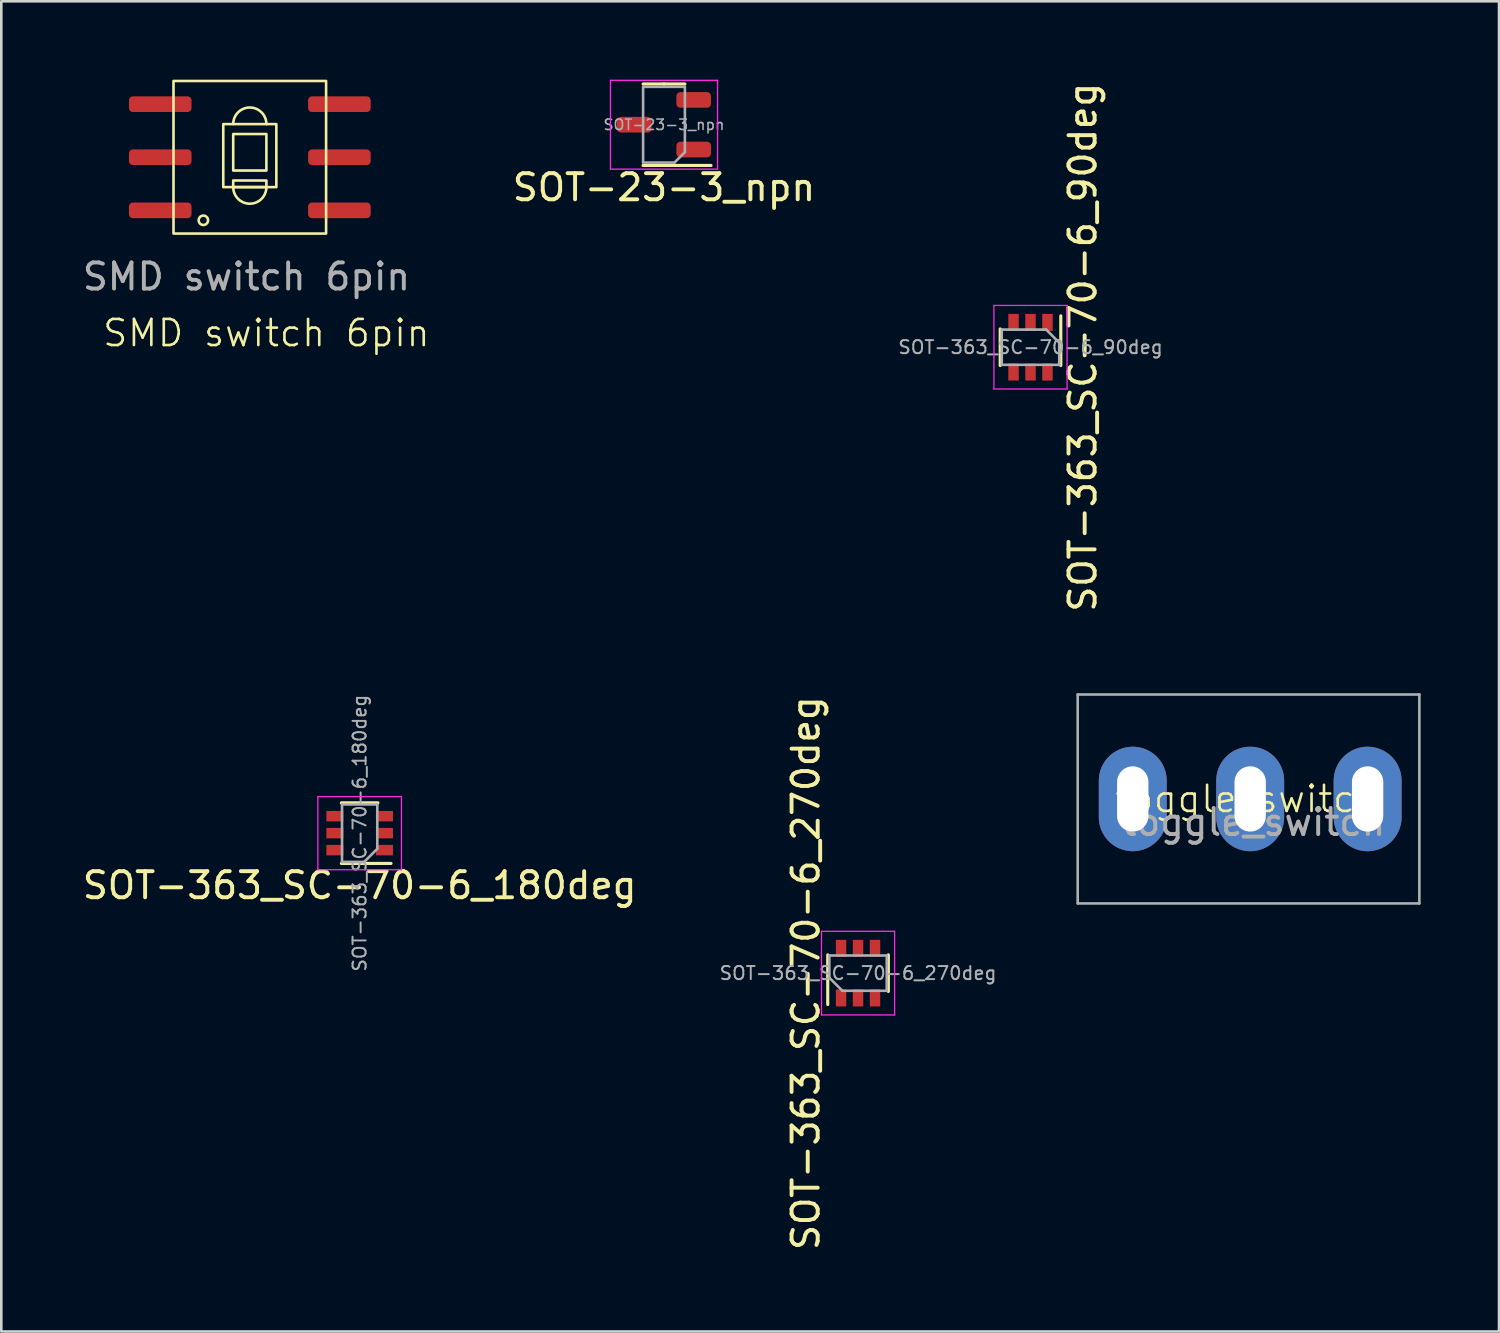
<source format=kicad_pcb>
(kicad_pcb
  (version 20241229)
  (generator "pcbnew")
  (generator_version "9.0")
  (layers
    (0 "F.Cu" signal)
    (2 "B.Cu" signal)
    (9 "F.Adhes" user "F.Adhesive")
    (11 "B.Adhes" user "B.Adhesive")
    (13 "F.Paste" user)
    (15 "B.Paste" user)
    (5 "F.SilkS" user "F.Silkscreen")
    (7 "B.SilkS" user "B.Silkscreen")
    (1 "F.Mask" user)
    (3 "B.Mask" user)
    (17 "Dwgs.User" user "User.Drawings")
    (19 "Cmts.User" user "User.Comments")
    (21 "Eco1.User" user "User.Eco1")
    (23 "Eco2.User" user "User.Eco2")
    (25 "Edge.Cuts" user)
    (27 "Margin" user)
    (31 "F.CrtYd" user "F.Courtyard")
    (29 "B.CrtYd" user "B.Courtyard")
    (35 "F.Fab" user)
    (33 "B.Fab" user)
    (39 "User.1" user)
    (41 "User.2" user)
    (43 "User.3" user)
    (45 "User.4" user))
  (footprint "SOT-363_SC-70-6_180deg"
    (layer "F.Cu")
    (at 10.72 28.848)
    (property "Reference" "SOT-363_SC-70-6_180deg" (at 0 2 180) (layer "F.SilkS") (effects (font (size 1 1) (thickness 0.15))))
    (attr smd)
    (fp_line (start -0.7 1.16) (end 1.2 1.16) (stroke (width 0.12) (type solid)) (layer "F.SilkS"))
    (fp_line (start 0.7 -1.16) (end -0.7 -1.16) (stroke (width 0.12) (type solid)) (layer "F.SilkS"))
    (fp_line (start -1.6 -1.4) (end -1.6 1.4) (stroke (width 0.05) (type solid)) (layer "F.CrtYd"))
    (fp_line (start 1.6 -1.4) (end -1.6 -1.4) (stroke (width 0.05) (type solid)) (layer "F.CrtYd"))
    (fp_line (start 1.6 1.4) (end -1.6 1.4) (stroke (width 0.05) (type solid)) (layer "F.CrtYd"))
    (fp_line (start 1.6 1.4) (end 1.6 -1.4) (stroke (width 0.05) (type solid)) (layer "F.CrtYd"))
    (fp_line (start -0.675 -1.1) (end 0.675 -1.1) (stroke (width 0.1) (type solid)) (layer "F.Fab"))
    (fp_line (start -0.675 1.1) (end -0.675 -1.1) (stroke (width 0.1) (type solid)) (layer "F.Fab"))
    (fp_line (start -0.675 1.1) (end 0.175 1.1) (stroke (width 0.1) (type solid)) (layer "F.Fab"))
    (fp_line (start 0.175 1.1) (end 0.675 0.6) (stroke (width 0.1) (type solid)) (layer "F.Fab"))
    (fp_line (start 0.675 0.6) (end 0.675 -1.1) (stroke (width 0.1) (type solid)) (layer "F.Fab"))
    (fp_text user "${REFERENCE}" (at 0 0 270) (layer "F.Fab") (effects (font (size 0.5 0.5) (thickness 0.075))))
    (pad "1" smd rect (at 0.95 0.65 180) (size 0.65 0.4) (layers "F.Cu" "F.Mask" "F.Paste"))
    (pad "2" smd rect (at 0.95 0 180) (size 0.65 0.4) (layers "F.Cu" "F.Mask" "F.Paste"))
    (pad "3" smd rect (at 0.95 -0.65 180) (size 0.65 0.4) (layers "F.Cu" "F.Mask" "F.Paste"))
    (pad "4" smd rect (at -0.95 -0.65 180) (size 0.65 0.4) (layers "F.Cu" "F.Mask" "F.Paste"))
    (pad "5" smd rect (at -0.95 0 180) (size 0.65 0.4) (layers "F.Cu" "F.Mask" "F.Paste"))
    (pad "6" smd rect (at -0.95 0.65 180) (size 0.65 0.4) (layers "F.Cu" "F.Mask" "F.Paste")))
  (footprint "SOT-363_SC-70-6_90deg"
    (layer "F.Cu")
    (at 36.404 10.244)
    (property "Reference" "SOT-363_SC-70-6_90deg" (at 2 0 270) (layer "F.SilkS") (effects (font (size 1 1) (thickness 0.15))))
    (attr smd)
    (fp_line (start -1.16 -0.7) (end -1.16 0.7) (stroke (width 0.12) (type solid)) (layer "F.SilkS"))
    (fp_line (start 1.16 0.7) (end 1.16 -1.2) (stroke (width 0.12) (type solid)) (layer "F.SilkS"))
    (fp_line (start -1.4 -1.6) (end -1.4 1.6) (stroke (width 0.05) (type solid)) (layer "F.CrtYd"))
    (fp_line (start -1.4 1.6) (end 1.4 1.6) (stroke (width 0.05) (type solid)) (layer "F.CrtYd"))
    (fp_line (start 1.4 -1.6) (end -1.4 -1.6) (stroke (width 0.05) (type solid)) (layer "F.CrtYd"))
    (fp_line (start 1.4 -1.6) (end 1.4 1.6) (stroke (width 0.05) (type solid)) (layer "F.CrtYd"))
    (fp_line (start -1.1 0.675) (end -1.1 -0.675) (stroke (width 0.1) (type solid)) (layer "F.Fab"))
    (fp_line (start 0.6 -0.675) (end -1.1 -0.675) (stroke (width 0.1) (type solid)) (layer "F.Fab"))
    (fp_line (start 1.1 -0.175) (end 0.6 -0.675) (stroke (width 0.1) (type solid)) (layer "F.Fab"))
    (fp_line (start 1.1 0.675) (end -1.1 0.675) (stroke (width 0.1) (type solid)) (layer "F.Fab"))
    (fp_line (start 1.1 0.675) (end 1.1 -0.175) (stroke (width 0.1) (type solid)) (layer "F.Fab"))
    (fp_text user "${REFERENCE}" (at 0 0 0) (layer "F.Fab") (effects (font (size 0.5 0.5) (thickness 0.075))))
    (pad "1" smd rect (at 0.65 -0.95 270) (size 0.65 0.4) (layers "F.Cu" "F.Mask" "F.Paste"))
    (pad "2" smd rect (at 0 -0.95 270) (size 0.65 0.4) (layers "F.Cu" "F.Mask" "F.Paste"))
    (pad "3" smd rect (at -0.65 -0.95 270) (size 0.65 0.4) (layers "F.Cu" "F.Mask" "F.Paste"))
    (pad "4" smd rect (at -0.65 0.95 270) (size 0.65 0.4) (layers "F.Cu" "F.Mask" "F.Paste"))
    (pad "5" smd rect (at 0 0.95 270) (size 0.65 0.4) (layers "F.Cu" "F.Mask" "F.Paste"))
    (pad "6" smd rect (at 0.65 0.95 270) (size 0.65 0.4) (layers "F.Cu" "F.Mask" "F.Paste")))
  (footprint "SOT-363_SC-70-6_270deg"
    (layer "F.Cu")
    (at 29.801 34.208)
    (property "Reference" "SOT-363_SC-70-6_270deg" (at -2 0 90) (layer "F.SilkS") (effects (font (size 1 1) (thickness 0.15))))
    (attr smd)
    (fp_line (start -1.16 -0.7) (end -1.16 1.2) (stroke (width 0.12) (type solid)) (layer "F.SilkS"))
    (fp_line (start 1.16 0.7) (end 1.16 -0.7) (stroke (width 0.12) (type solid)) (layer "F.SilkS"))
    (fp_line (start -1.4 1.6) (end -1.4 -1.6) (stroke (width 0.05) (type solid)) (layer "F.CrtYd"))
    (fp_line (start -1.4 1.6) (end 1.4 1.6) (stroke (width 0.05) (type solid)) (layer "F.CrtYd"))
    (fp_line (start 1.4 -1.6) (end -1.4 -1.6) (stroke (width 0.05) (type solid)) (layer "F.CrtYd"))
    (fp_line (start 1.4 1.6) (end 1.4 -1.6) (stroke (width 0.05) (type solid)) (layer "F.CrtYd"))
    (fp_line (start -1.1 -0.675) (end -1.1 0.175) (stroke (width 0.1) (type solid)) (layer "F.Fab"))
    (fp_line (start -1.1 -0.675) (end 1.1 -0.675) (stroke (width 0.1) (type solid)) (layer "F.Fab"))
    (fp_line (start -1.1 0.175) (end -0.6 0.675) (stroke (width 0.1) (type solid)) (layer "F.Fab"))
    (fp_line (start -0.6 0.675) (end 1.1 0.675) (stroke (width 0.1) (type solid)) (layer "F.Fab"))
    (fp_line (start 1.1 -0.675) (end 1.1 0.675) (stroke (width 0.1) (type solid)) (layer "F.Fab"))
    (fp_text user "${REFERENCE}" (at 0 0 180) (layer "F.Fab") (effects (font (size 0.5 0.5) (thickness 0.075))))
    (pad "1" smd rect (at -0.65 0.95 90) (size 0.65 0.4) (layers "F.Cu" "F.Mask" "F.Paste"))
    (pad "2" smd rect (at 0 0.95 90) (size 0.65 0.4) (layers "F.Cu" "F.Mask" "F.Paste"))
    (pad "3" smd rect (at 0.65 0.95 90) (size 0.65 0.4) (layers "F.Cu" "F.Mask" "F.Paste"))
    (pad "4" smd rect (at 0.65 -0.95 90) (size 0.65 0.4) (layers "F.Cu" "F.Mask" "F.Paste"))
    (pad "5" smd rect (at 0 -0.95 90) (size 0.65 0.4) (layers "F.Cu" "F.Mask" "F.Paste"))
    (pad "6" smd rect (at -0.65 -0.95 90) (size 0.65 0.4) (layers "F.Cu" "F.Mask" "F.Paste")))
  (footprint "toggle_switch"
    (layer "F.Cu")
    (at 44.815 27.539)
    (property "Reference" "toggle_switch" (at -0.127 0 0) (unlocked yes) (layer "F.SilkS") (effects (font (size 1 1) (thickness 0.1))))
    (attr smd)
    (fp_line (start -6.604 -4) (end -6.604 4) (stroke (width 0.1) (type default)) (layer "F.Fab"))
    (fp_line (start -6.604 -4) (end 6.477 -4) (stroke (width 0.1) (type default)) (layer "F.Fab"))
    (fp_line (start 6.477 4) (end -6.604 4) (stroke (width 0.1) (type default)) (layer "F.Fab"))
    (fp_line (start 6.477 4) (end 6.477 -4) (stroke (width 0.1) (type default)) (layer "F.Fab"))
    (fp_text user "${REFERENCE}" (at 0.127 0.889 0) (unlocked yes) (layer "F.Fab") (effects (font (size 1 1) (thickness 0.15))))
    (pad "1" thru_hole oval (at -4.496 0 90) (size 4 2.6) (drill oval 2.5 1.2) (layers "*.Cu" "*.Mask"))
    (pad "2" thru_hole oval (at 0 0 90) (size 4 2.6) (drill oval 2.5 1.2) (layers "*.Cu" "*.Mask"))
    (pad "3" thru_hole oval (at 4.496 0 90) (size 4 2.6) (drill oval 2.5 1.2) (layers "*.Cu" "*.Mask")))
  (footprint "SMD switch 6pin"
    (layer "F.Cu")
    (at 6.514 2.971)
    (property "Reference" "SMD switch 6pin" (at 0.635 6.731 0) (unlocked yes) (layer "F.SilkS") (effects (font (size 1 1) (thickness 0.1))))
    (attr smd)
    (fp_rect (start -2.921 -2.921) (end 2.921 2.921) (stroke (width 0.1) (type default)) (fill no) (layer "F.SilkS"))
    (fp_rect (start -1.016 -1.27) (end 1.016 1.143) (stroke (width 0.1) (type default)) (fill no) (layer "F.SilkS"))
    (fp_rect (start -0.635 -0.889) (end 0.635 0.508) (stroke (width 0.1) (type default)) (fill no) (layer "F.SilkS"))
    (fp_rect (start -0.635 0.889) (end 0.635 1.143) (stroke (width 0.1) (type default)) (fill no) (layer "F.SilkS"))
    (fp_arc (start -0.635 -1.27) (mid 0 -1.905) (end 0.635 -1.27) (stroke (width 0.1) (type default)) (layer "F.SilkS"))
    (fp_arc (start 0.635 1.143) (mid 0 1.778) (end -0.635 1.143) (stroke (width 0.1) (type default)) (layer "F.SilkS"))
    (fp_circle (center -1.778 2.413) (end -1.651 2.286) (stroke (width 0.1) (type default)) (fill no) (layer "F.SilkS"))
    (fp_text user "${REFERENCE}" (at -0.127 4.572 0) (unlocked yes) (layer "F.Fab") (effects (font (size 1 1) (thickness 0.15))))
    (pad "1" smd roundrect (at -3.429 2.032 180) (size 2.397 0.6) (layers "F.Cu" "F.Mask" "F.Paste") (roundrect_rratio 0.25))
    (pad "2" smd roundrect (at -3.429 0 180) (size 2.397 0.6) (layers "F.Cu" "F.Mask" "F.Paste") (roundrect_rratio 0.25))
    (pad "3" smd roundrect (at -3.429 -2.032 180) (size 2.397 0.6) (layers "F.Cu" "F.Mask" "F.Paste") (roundrect_rratio 0.25))
    (pad "4" smd roundrect (at 3.429 2.032 180) (size 2.397 0.6) (layers "F.Cu" "F.Mask" "F.Paste") (roundrect_rratio 0.25))
    (pad "5" smd roundrect (at 3.429 0 180) (size 2.397 0.6) (layers "F.Cu" "F.Mask" "F.Paste") (roundrect_rratio 0.25))
    (pad "6" smd roundrect (at 3.429 -2.032 180) (size 2.397 0.6) (layers "F.Cu" "F.Mask" "F.Paste") (roundrect_rratio 0.25)))
  (footprint "SOT-23-3_npn"
    (layer "F.Cu")
    (at 22.372 1.725)
    (property "Reference" "SOT-23-3_npn" (at 0 2.4 180) (layer "F.SilkS") (effects (font (size 1 1) (thickness 0.15))))
    (attr smd)
    (fp_line (start 0 -1.56) (end -0.8 -1.56) (stroke (width 0.12) (type solid)) (layer "F.SilkS"))
    (fp_line (start 0 -1.56) (end 0.8 -1.56) (stroke (width 0.12) (type solid)) (layer "F.SilkS"))
    (fp_line (start 0 1.56) (end -0.8 1.56) (stroke (width 0.12) (type solid)) (layer "F.SilkS"))
    (fp_line (start 0 1.56) (end 1.8 1.56) (stroke (width 0.12) (type solid)) (layer "F.SilkS"))
    (fp_line (start -2.05 -1.7) (end -2.05 1.7) (stroke (width 0.05) (type solid)) (layer "F.CrtYd"))
    (fp_line (start -2.05 1.7) (end 2.05 1.7) (stroke (width 0.05) (type solid)) (layer "F.CrtYd"))
    (fp_line (start 2.05 -1.7) (end -2.05 -1.7) (stroke (width 0.05) (type solid)) (layer "F.CrtYd"))
    (fp_line (start 2.05 1.7) (end 2.05 -1.7) (stroke (width 0.05) (type solid)) (layer "F.CrtYd"))
    (fp_line (start -0.8 -1.45) (end 0.8 -1.45) (stroke (width 0.1) (type solid)) (layer "F.Fab"))
    (fp_line (start -0.8 1.45) (end -0.8 -1.45) (stroke (width 0.1) (type solid)) (layer "F.Fab"))
    (fp_line (start 0.4 1.45) (end -0.8 1.45) (stroke (width 0.1) (type solid)) (layer "F.Fab"))
    (fp_line (start 0.8 -1.45) (end 0.8 1.05) (stroke (width 0.1) (type solid)) (layer "F.Fab"))
    (fp_line (start 0.8 1.05) (end 0.4 1.45) (stroke (width 0.1) (type solid)) (layer "F.Fab"))
    (fp_text user "${REFERENCE}" (at 0 0 180) (layer "F.Fab") (effects (font (size 0.4 0.4) (thickness 0.06))))
    (pad "1" smd roundrect (at 1.137 -0.95 180) (size 1.325 0.6) (layers "F.Cu" "F.Mask" "F.Paste") (roundrect_rratio 0.25))
    (pad "2" smd roundrect (at 1.137 0.95 180) (size 1.325 0.6) (layers "F.Cu" "F.Mask" "F.Paste") (roundrect_rratio 0.25))
    (pad "3" smd roundrect (at -1.137 0 180) (size 1.325 0.6) (layers "F.Cu" "F.Mask" "F.Paste") (roundrect_rratio 0.25)))
  (gr_rect
    (start -3 -3)
    (end 54.342 47.929)
    (stroke (width 0.1) (type default))
    (fill no)
    (layer "Edge.Cuts")))
</source>
